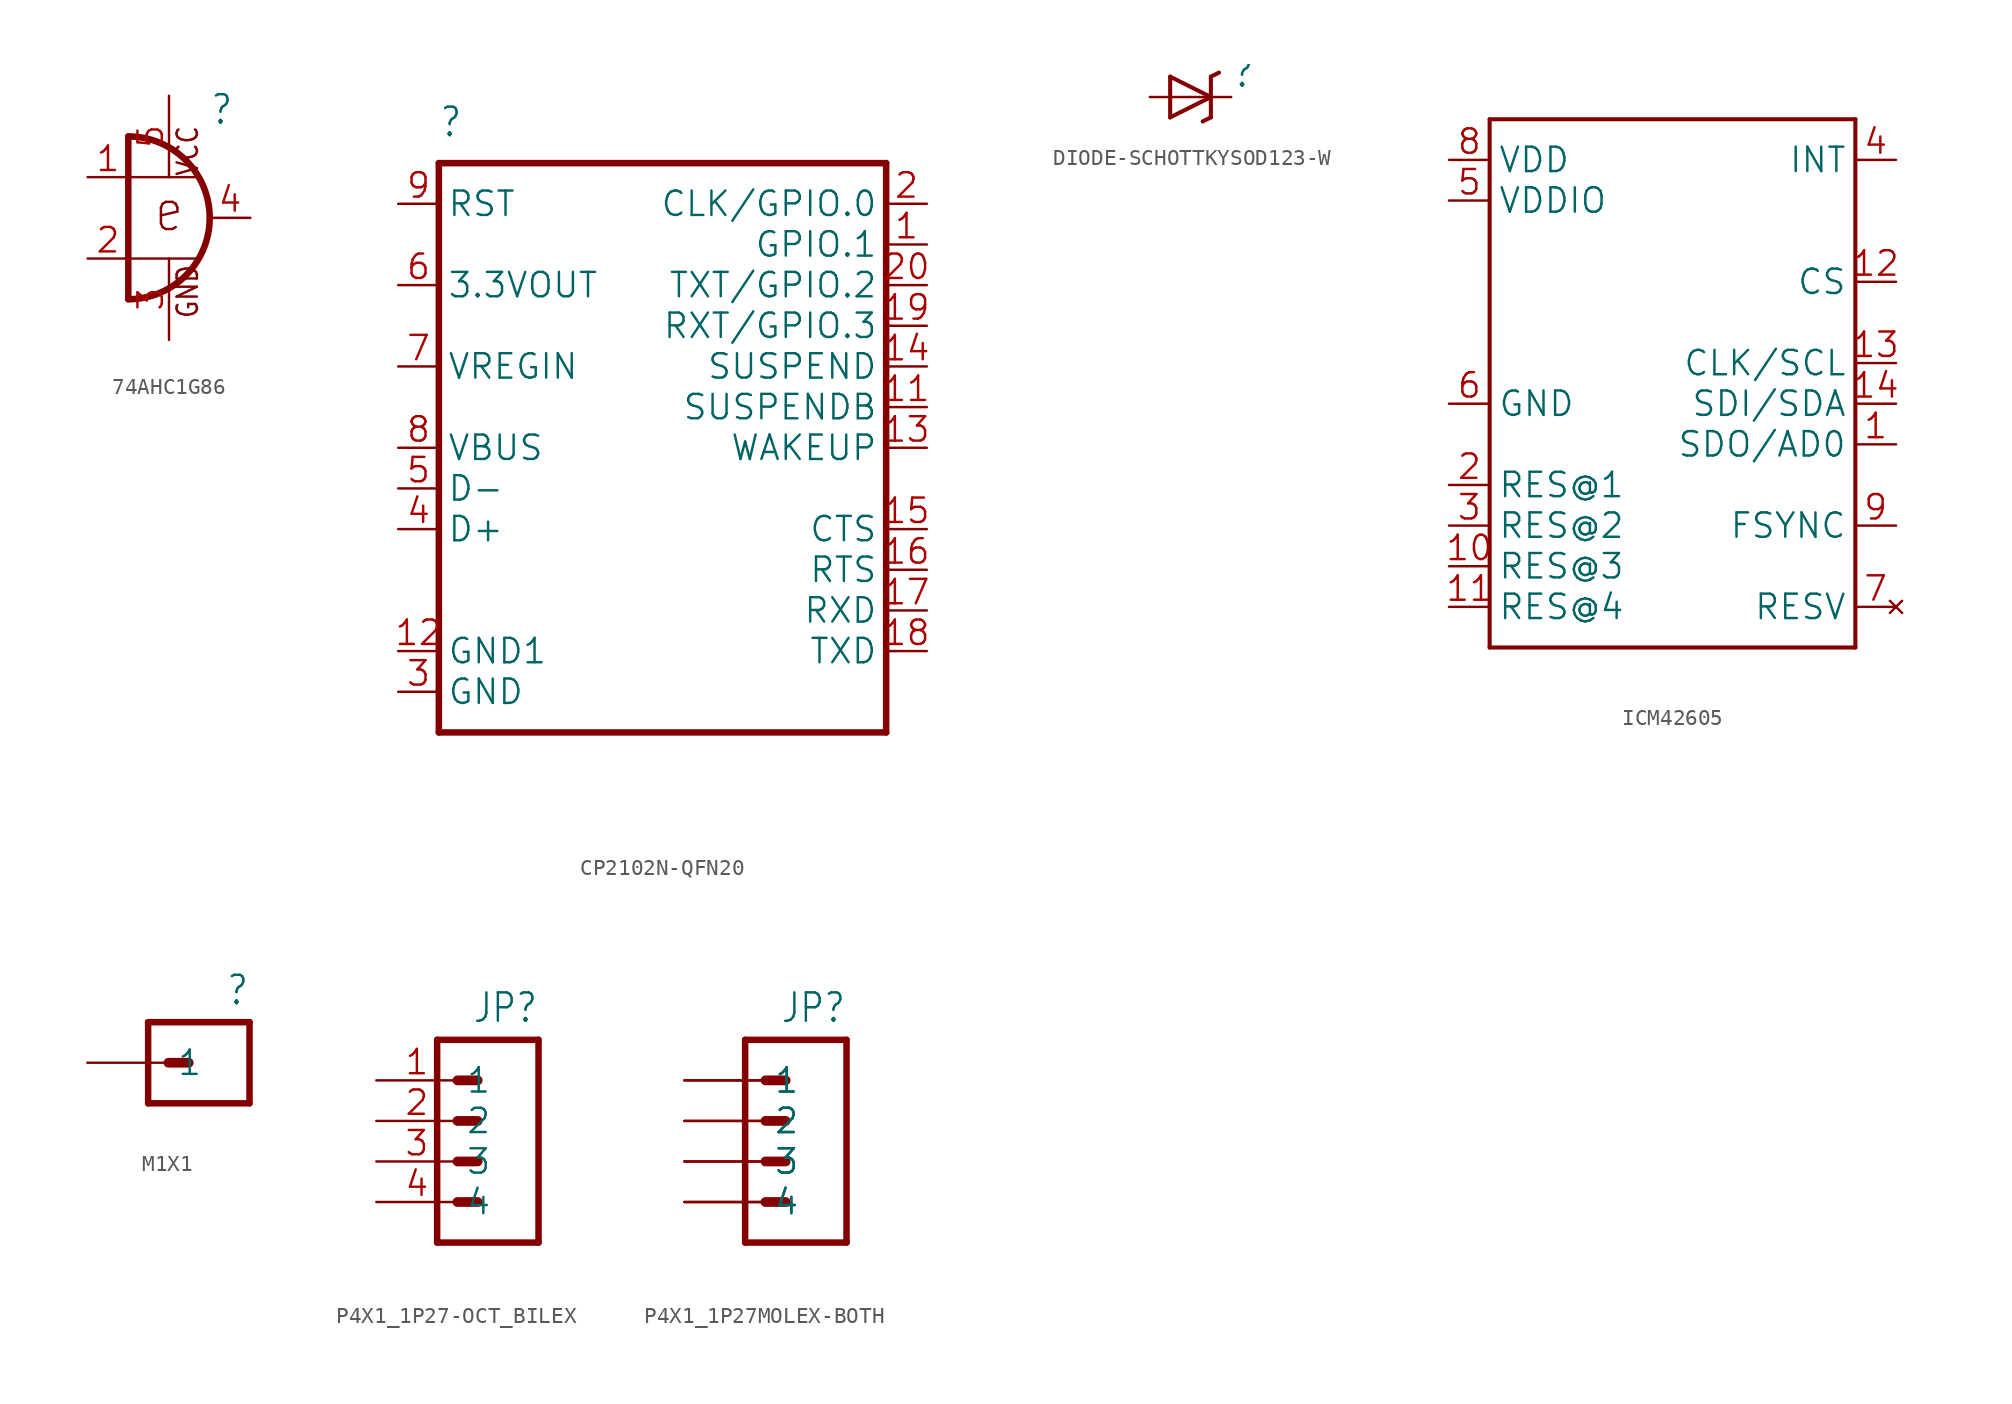
<source format=kicad_sym>
(kicad_symbol_lib
  (version 20241209)
  (generator "kicad_symbol_editor")
  (generator_version "9.0")
  (symbol "74AHC1G86"
    (property "Reference" ""
      (at 2.54 5.715 0)
      (effects (font (size 1.778 1.511)) (justify left bottom)))
    (property "Value" ""
      (at 2.54 -7.62 0)
      (effects (font (size 1.778 1.511)) (justify left bottom)))
    (property "ki_locked" ""
      (at 0 0 0)
      (effects (font (size 1.27 1.27))))
    (symbol "74AHC1G86_1_0"
      (polyline (pts (xy -2.54 5.08) (xy -2.54 -5.08)) (stroke (width 0.406) (type solid)) (fill (type none)))
      (arc (start -2.54 5.08) (mid 2.5401 0.0001) (end -2.5398 -5.08) (stroke (width 0.4064) (type solid)) (fill (type none)))
      (polyline (pts (xy 1.778 2.54) (xy -2.54 2.54)) (stroke (width 0.152) (type solid)) (fill (type none)))
      (polyline (pts (xy 1.778 -2.54) (xy -2.54 -2.54)) (stroke (width 0.152) (type solid)) (fill (type none)))
      (text "e" (at -1.016 -1.016 0) (effects (font (size 2.54 2.159)) (justify left bottom)))
      (text "VCC" (at 1.905 2.54 900) (effects (font (size 1.27 1.079)) (justify left bottom)))
      (text "GND" (at 1.905 -6.35 900) (effects (font (size 1.27 1.079)) (justify left bottom)))
      (pin input line (at -5.08 2.54 0) (length 2.54) (name "I0" (effects (font (size 0 0)))) (number "1" (effects (font (size 1.524 1.524)))))
      (pin input line (at -5.08 -2.54 0) (length 2.54) (name "I1" (effects (font (size 0 0)))) (number "2" (effects (font (size 1.524 1.524)))))
      (pin power_in line (at 0 7.62 270) (length 5.08) (name "VCC" (effects (font (size 0 0)))) (number "5" (effects (font (size 1.524 1.524)))))
      (pin power_in line (at 0 -7.62 90) (length 5.08) (name "GND" (effects (font (size 0 0)))) (number "3" (effects (font (size 1.524 1.524)))))
      (pin output line (at 5.08 0 180) (length 2.54) (name "O" (effects (font (size 0 0)))) (number "4" (effects (font (size 1.524 1.524)))))))
  (symbol "CP2102N-QFN20"
    (property "Reference" ""
      (at -12.7 19.304 0)
      (effects (font (size 1.778 1.511)) (justify left bottom)))
    (property "Value" ""
      (at -12.446 -21.082 0)
      (effects (font (size 1.778 1.511)) (justify left bottom)))
    (property "ki_locked" ""
      (at 0 0 0)
      (effects (font (size 1.27 1.27))))
    (symbol "CP2102N-QFN20_1_0"
      (polyline (pts (xy -12.7 17.78) (xy -12.7 -17.78)) (stroke (width 0.406) (type solid)) (fill (type none)))
      (polyline (pts (xy -12.7 -17.78) (xy 15.24 -17.78)) (stroke (width 0.406) (type solid)) (fill (type none)))
      (polyline (pts (xy 15.24 17.78) (xy -12.7 17.78)) (stroke (width 0.406) (type solid)) (fill (type none)))
      (polyline (pts (xy 15.24 -17.78) (xy 15.24 17.78)) (stroke (width 0.406) (type solid)) (fill (type none)))
      (pin input line (at -15.24 15.24 0) (length 2.54) (name "RST" (effects (font (size 1.524 1.524)))) (number "9" (effects (font (size 1.524 1.524)))))
      (pin power_in line (at -15.24 10.16 0) (length 2.54) (name "3.3VOUT" (effects (font (size 1.524 1.524)))) (number "6" (effects (font (size 1.524 1.524)))))
      (pin power_in line (at -15.24 5.08 0) (length 2.54) (name "VREGIN" (effects (font (size 1.524 1.524)))) (number "7" (effects (font (size 1.524 1.524)))))
      (pin input line (at -15.24 0 0) (length 2.54) (name "VBUS" (effects (font (size 1.524 1.524)))) (number "8" (effects (font (size 1.524 1.524)))))
      (pin bidirectional line (at -15.24 -2.54 0) (length 2.54) (name "D-" (effects (font (size 1.524 1.524)))) (number "5" (effects (font (size 1.524 1.524)))))
      (pin bidirectional line (at -15.24 -5.08 0) (length 2.54) (name "D+" (effects (font (size 1.524 1.524)))) (number "4" (effects (font (size 1.524 1.524)))))
      (pin power_in line (at -15.24 -12.7 0) (length 2.54) (name "GND1" (effects (font (size 1.524 1.524)))) (number "12" (effects (font (size 1.524 1.524)))))
      (pin power_in line (at -15.24 -15.24 0) (length 2.54) (name "GND" (effects (font (size 1.524 1.524)))) (number "3" (effects (font (size 1.524 1.524)))))
      (pin bidirectional line (at 17.78 15.24 180) (length 2.54) (name "CLK/GPIO.0" (effects (font (size 1.524 1.524)))) (number "2" (effects (font (size 1.524 1.524)))))
      (pin bidirectional line (at 17.78 12.7 180) (length 2.54) (name "GPIO.1" (effects (font (size 1.524 1.524)))) (number "1" (effects (font (size 1.524 1.524)))))
      (pin bidirectional line (at 17.78 10.16 180) (length 2.54) (name "TXT/GPIO.2" (effects (font (size 1.524 1.524)))) (number "20" (effects (font (size 1.524 1.524)))))
      (pin bidirectional line (at 17.78 7.62 180) (length 2.54) (name "RXT/GPIO.3" (effects (font (size 1.524 1.524)))) (number "19" (effects (font (size 1.524 1.524)))))
      (pin output line (at 17.78 5.08 180) (length 2.54) (name "SUSPEND" (effects (font (size 1.524 1.524)))) (number "14" (effects (font (size 1.524 1.524)))))
      (pin output line (at 17.78 2.54 180) (length 2.54) (name "SUSPENDB" (effects (font (size 1.524 1.524)))) (number "11" (effects (font (size 1.524 1.524)))))
      (pin input line (at 17.78 0 180) (length 2.54) (name "WAKEUP" (effects (font (size 1.524 1.524)))) (number "13" (effects (font (size 1.524 1.524)))))
      (pin input line (at 17.78 -5.08 180) (length 2.54) (name "CTS" (effects (font (size 1.524 1.524)))) (number "15" (effects (font (size 1.524 1.524)))))
      (pin output line (at 17.78 -7.62 180) (length 2.54) (name "RTS" (effects (font (size 1.524 1.524)))) (number "16" (effects (font (size 1.524 1.524)))))
      (pin input line (at 17.78 -10.16 180) (length 2.54) (name "RXD" (effects (font (size 1.524 1.524)))) (number "17" (effects (font (size 1.524 1.524)))))
      (pin output line (at 17.78 -12.7 180) (length 2.54) (name "TXD" (effects (font (size 1.524 1.524)))) (number "18" (effects (font (size 1.524 1.524)))))))
  (symbol "DIODE-SCHOTTKYSOD123-W"
    (property "Reference" ""
      (at 2.54 0.483 0)
      (effects (font (size 1.778 1.511)) (justify left bottom)))
    (property "Value" ""
      (at 2.54 -2.311 0)
      (effects (font (size 1.778 1.511)) (justify left bottom)))
    (property "ki_locked" ""
      (at 0 0 0)
      (effects (font (size 1.27 1.27))))
    (symbol "DIODE-SCHOTTKYSOD123-W_1_0"
      (polyline (pts (xy -1.27 1.27) (xy -1.27 -1.27)) (stroke (width 0.254) (type solid)) (fill (type none)))
      (polyline (pts (xy -1.27 -1.27) (xy 1.27 0)) (stroke (width 0.254) (type solid)) (fill (type none)))
      (polyline (pts (xy 1.27 1.27) (xy 1.27 0)) (stroke (width 0.254) (type solid)) (fill (type none)))
      (polyline (pts (xy 1.27 1.27) (xy 1.778 1.524)) (stroke (width 0.254) (type solid)) (fill (type none)))
      (polyline (pts (xy 1.27 0) (xy -1.27 1.27)) (stroke (width 0.254) (type solid)) (fill (type none)))
      (polyline (pts (xy 1.27 0) (xy 1.27 -1.27)) (stroke (width 0.254) (type solid)) (fill (type none)))
      (polyline (pts (xy 1.27 -1.27) (xy 0.762 -1.524)) (stroke (width 0.254) (type solid)) (fill (type none)))
      (pin passive line (at -2.54 0 0) (length 2.54) (name "A" (effects (font (size 0 0)))) (number "A" (effects (font (size 0 0)))))
      (pin passive line (at 2.54 0 180) (length 2.54) (name "C" (effects (font (size 0 0)))) (number "C" (effects (font (size 0 0)))))))
  (symbol "ICM42605"
    (property "Reference" ""
      (at -12.7 16.51 0)
      (effects (font (size 1.778 1.511)) (justify left bottom) (hide yes)))
    (property "ki_locked" ""
      (at 0 0 0)
      (effects (font (size 1.27 1.27))))
    (symbol "ICM42605_1_0"
      (polyline (pts (xy -12.7 15.24) (xy -12.7 -17.78)) (stroke (width 0.254) (type solid)) (fill (type none)))
      (polyline (pts (xy -12.7 -17.78) (xy 10.16 -17.78)) (stroke (width 0.254) (type solid)) (fill (type none)))
      (polyline (pts (xy 10.16 15.24) (xy -12.7 15.24)) (stroke (width 0.254) (type solid)) (fill (type none)))
      (polyline (pts (xy 10.16 -17.78) (xy 10.16 15.24)) (stroke (width 0.254) (type solid)) (fill (type none)))
      (pin power_in line (at -15.24 12.7 0) (length 2.54) (name "VDD" (effects (font (size 1.524 1.524)))) (number "8" (effects (font (size 1.524 1.524)))))
      (pin bidirectional line (at -15.24 10.16 0) (length 2.54) (name "VDDIO" (effects (font (size 1.524 1.524)))) (number "5" (effects (font (size 1.524 1.524)))))
      (pin power_in line (at -15.24 -2.54 0) (length 2.54) (name "GND" (effects (font (size 1.524 1.524)))) (number "6" (effects (font (size 1.524 1.524)))))
      (pin bidirectional line (at -15.24 -7.62 0) (length 2.54) (name "RES@1" (effects (font (size 1.524 1.524)))) (number "2" (effects (font (size 1.524 1.524)))))
      (pin bidirectional line (at -15.24 -10.16 0) (length 2.54) (name "RES@2" (effects (font (size 1.524 1.524)))) (number "3" (effects (font (size 1.524 1.524)))))
      (pin bidirectional line (at -15.24 -12.7 0) (length 2.54) (name "RES@3" (effects (font (size 1.524 1.524)))) (number "10" (effects (font (size 1.524 1.524)))))
      (pin bidirectional line (at -15.24 -15.24 0) (length 2.54) (name "RES@4" (effects (font (size 1.524 1.524)))) (number "11" (effects (font (size 1.524 1.524)))))
      (pin output line (at 12.7 12.7 180) (length 2.54) (name "INT" (effects (font (size 1.524 1.524)))) (number "4" (effects (font (size 1.524 1.524)))))
      (pin input line (at 12.7 5.08 180) (length 2.54) (name "CS" (effects (font (size 1.524 1.524)))) (number "12" (effects (font (size 1.524 1.524)))))
      (pin bidirectional line (at 12.7 0 180) (length 2.54) (name "CLK/SCL" (effects (font (size 1.524 1.524)))) (number "13" (effects (font (size 1.524 1.524)))))
      (pin bidirectional line (at 12.7 -2.54 180) (length 2.54) (name "SDI/SDA" (effects (font (size 1.524 1.524)))) (number "14" (effects (font (size 1.524 1.524)))))
      (pin bidirectional line (at 12.7 -5.08 180) (length 2.54) (name "SDO/AD0" (effects (font (size 1.524 1.524)))) (number "1" (effects (font (size 1.524 1.524)))))
      (pin input line (at 12.7 -10.16 180) (length 2.54) (name "FSYNC" (effects (font (size 1.524 1.524)))) (number "9" (effects (font (size 1.524 1.524)))))
      (pin no_connect line (at 12.7 -15.24 180) (length 2.54) (name "RESV" (effects (font (size 1.524 1.524)))) (number "7" (effects (font (size 1.524 1.524)))))))
  (symbol "M1X1"
    (property "Reference" ""
      (at 0 5.588 0)
      (effects (font (size 1.778 1.511)) (justify right top)))
    (property "Value" ""
      (at 0 -3.81 0)
      (effects (font (size 1.778 1.511)) (justify right top)))
    (property "ki_locked" ""
      (at 0 0 0)
      (effects (font (size 1.27 1.27))))
    (symbol "M1X1_1_0"
      (polyline (pts (xy -6.35 2.54) (xy -6.35 -2.54)) (stroke (width 0.406) (type solid)) (fill (type none)))
      (polyline (pts (xy -6.35 2.54) (xy 0 2.54)) (stroke (width 0.406) (type solid)) (fill (type none)))
      (polyline (pts (xy -3.81 0) (xy -5.08 0)) (stroke (width 0.61) (type solid)) (fill (type none)))
      (polyline (pts (xy 0 -2.54) (xy -6.35 -2.54)) (stroke (width 0.406) (type solid)) (fill (type none)))
      (polyline (pts (xy 0 -2.54) (xy 0 2.54)) (stroke (width 0.406) (type solid)) (fill (type none)))
      (pin passive line (at -10.16 0 0) (length 5.08) (name "1" (effects (font (size 1.524 1.524)))) (number "1" (effects (font (size 0 0)))))))
  (symbol "P4X1_1P27-OCT_BILEX"
    (property "Reference" "JP"
      (at 0 5.588 0)
      (effects (font (size 1.778 1.511)) (justify right top)))
    (property "Value" ""
      (at 0 -11.43 0)
      (effects (font (size 1.778 1.511)) (justify right top)))
    (property "ki_locked" ""
      (at 0 0 0)
      (effects (font (size 1.27 1.27))))
    (symbol "P4X1_1P27-OCT_BILEX_1_0"
      (polyline (pts (xy -6.35 2.54) (xy -6.35 -10.16)) (stroke (width 0.406) (type solid)) (fill (type none)))
      (polyline (pts (xy -6.35 2.54) (xy 0 2.54)) (stroke (width 0.406) (type solid)) (fill (type none)))
      (polyline (pts (xy -3.81 0) (xy -5.08 0)) (stroke (width 0.61) (type solid)) (fill (type none)))
      (polyline (pts (xy -3.81 -2.54) (xy -5.08 -2.54)) (stroke (width 0.61) (type solid)) (fill (type none)))
      (polyline (pts (xy -3.81 -5.08) (xy -5.08 -5.08)) (stroke (width 0.61) (type solid)) (fill (type none)))
      (polyline (pts (xy -3.81 -7.62) (xy -5.08 -7.62)) (stroke (width 0.61) (type solid)) (fill (type none)))
      (polyline (pts (xy 0 -10.16) (xy -6.35 -10.16)) (stroke (width 0.406) (type solid)) (fill (type none)))
      (polyline (pts (xy 0 -10.16) (xy 0 2.54)) (stroke (width 0.406) (type solid)) (fill (type none)))
      (pin passive line (at -10.16 0 0) (length 5.08) (name "1" (effects (font (size 1.524 1.524)))) (number "1" (effects (font (size 1.524 1.524)))))
      (pin passive line (at -10.16 -2.54 0) (length 5.08) (name "2" (effects (font (size 1.524 1.524)))) (number "2" (effects (font (size 1.524 1.524)))))
      (pin passive line (at -10.16 -5.08 0) (length 5.08) (name "3" (effects (font (size 1.524 1.524)))) (number "3" (effects (font (size 1.524 1.524)))))
      (pin passive line (at -10.16 -7.62 0) (length 5.08) (name "4" (effects (font (size 1.524 1.524)))) (number "4" (effects (font (size 1.524 1.524)))))))
  (symbol "P4X1_1P27MOLEX-BOTH"
    (property "Reference" "JP"
      (at 0 5.588 0)
      (effects (font (size 1.778 1.511)) (justify right top)))
    (property "Value" ""
      (at 0 -11.43 0)
      (effects (font (size 1.778 1.511)) (justify right top)))
    (property "ki_locked" ""
      (at 0 0 0)
      (effects (font (size 1.27 1.27))))
    (symbol "P4X1_1P27MOLEX-BOTH_1_0"
      (polyline (pts (xy -6.35 2.54) (xy -6.35 -10.16)) (stroke (width 0.406) (type solid)) (fill (type none)))
      (polyline (pts (xy -6.35 2.54) (xy 0 2.54)) (stroke (width 0.406) (type solid)) (fill (type none)))
      (polyline (pts (xy -3.81 0) (xy -5.08 0)) (stroke (width 0.61) (type solid)) (fill (type none)))
      (polyline (pts (xy -3.81 -2.54) (xy -5.08 -2.54)) (stroke (width 0.61) (type solid)) (fill (type none)))
      (polyline (pts (xy -3.81 -5.08) (xy -5.08 -5.08)) (stroke (width 0.61) (type solid)) (fill (type none)))
      (polyline (pts (xy -3.81 -7.62) (xy -5.08 -7.62)) (stroke (width 0.61) (type solid)) (fill (type none)))
      (polyline (pts (xy 0 -10.16) (xy -6.35 -10.16)) (stroke (width 0.406) (type solid)) (fill (type none)))
      (polyline (pts (xy 0 -10.16) (xy 0 2.54)) (stroke (width 0.406) (type solid)) (fill (type none)))
      (pin passive line (at -10.16 0 0) (length 5.08) (name "1" (effects (font (size 1.524 1.524)))) (number "1" (effects (font (size 0 0)))))
      (pin passive line (at -10.16 0 0) (length 5.08) (name "1" (effects (font (size 1.524 1.524)))) (number "5" (effects (font (size 0 0)))))
      (pin passive line (at -10.16 -2.54 0) (length 5.08) (name "2" (effects (font (size 1.524 1.524)))) (number "2" (effects (font (size 0 0)))))
      (pin passive line (at -10.16 -2.54 0) (length 5.08) (name "2" (effects (font (size 1.524 1.524)))) (number "6" (effects (font (size 0 0)))))
      (pin passive line (at -10.16 -5.08 0) (length 5.08) (name "3" (effects (font (size 1.524 1.524)))) (number "3" (effects (font (size 0 0)))))
      (pin passive line (at -10.16 -5.08 0) (length 5.08) (name "3" (effects (font (size 1.524 1.524)))) (number "7" (effects (font (size 0 0)))))
      (pin passive line (at -10.16 -7.62 0) (length 5.08) (name "4" (effects (font (size 1.524 1.524)))) (number "4" (effects (font (size 0 0)))))
      (pin passive line (at -10.16 -7.62 0) (length 5.08) (name "4" (effects (font (size 1.524 1.524)))) (number "8" (effects (font (size 0 0))))))))
</source>
